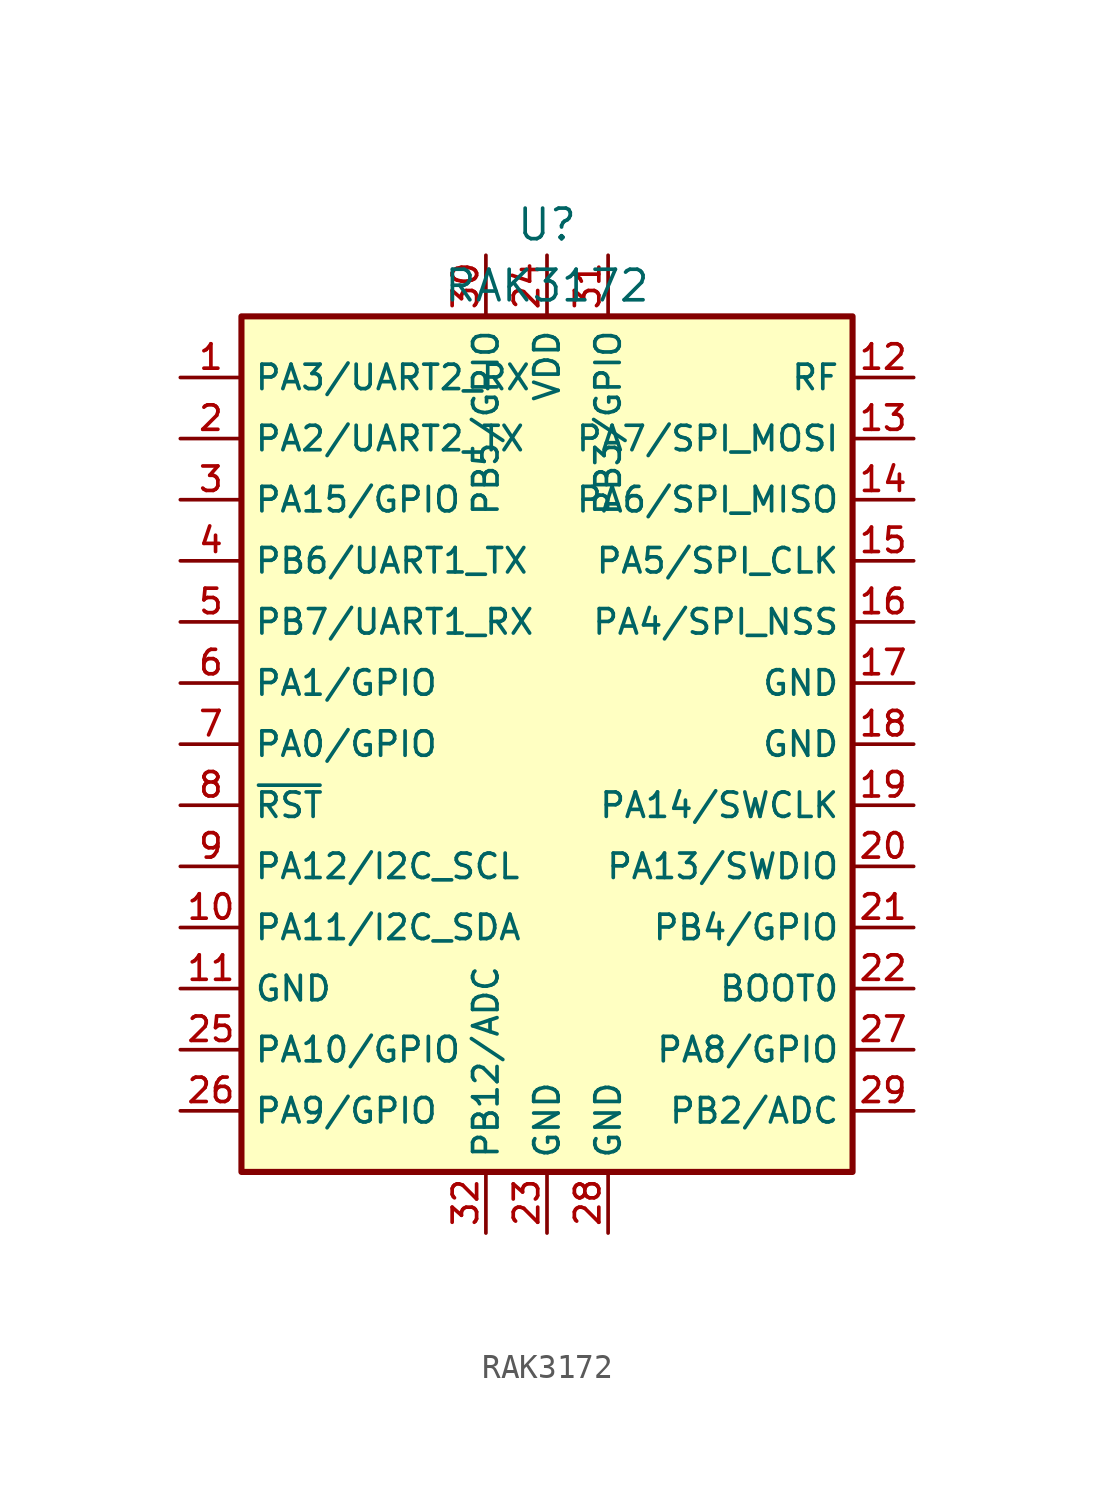
<source format=kicad_sym>
(kicad_symbol_lib
  (version 20231120)
  (generator "kicad_symbol_editor")
  (generator_version "8.0")
  (symbol "RAK3172"
    (property "Reference" "U"
      (at 0 21.59 0)
      (effects (font (size 1.27 1.27))))
    (property "Value" "RAK3172"
      (at 0 19.05 0)
      (effects (font (size 1.27 1.27))))
    (symbol "RAK3172_0_1"
      (rectangle (start -12.7 17.78) (end 12.7 -17.78) (stroke (width 0.254) (type default)) (fill (type background))))
    (symbol "RAK3172_1_1"
      (pin bidirectional line (at -15.24 15.24 0) (length 2.54) (name "PA3/UART2_RX" (effects (font (size 1.016 1.016)))) (number "1" (effects (font (size 1.016 1.016)))))
      (pin bidirectional line (at -15.24 12.7 0) (length 2.54) (name "PA2/UART2_TX" (effects (font (size 1.016 1.016)))) (number "2" (effects (font (size 1.016 1.016)))))
      (pin bidirectional line (at -15.24 10.16 0) (length 2.54) (name "PA15/GPIO" (effects (font (size 1.016 1.016)))) (number "3" (effects (font (size 1.016 1.016)))))
      (pin bidirectional line (at -15.24 7.62 0) (length 2.54) (name "PB6/UART1_TX" (effects (font (size 1.016 1.016)))) (number "4" (effects (font (size 1.016 1.016)))))
      (pin bidirectional line (at -15.24 5.08 0) (length 2.54) (name "PB7/UART1_RX" (effects (font (size 1.016 1.016)))) (number "5" (effects (font (size 1.016 1.016)))))
      (pin bidirectional line (at -15.24 2.54 0) (length 2.54) (name "PA1/GPIO" (effects (font (size 1.016 1.016)))) (number "6" (effects (font (size 1.016 1.016)))))
      (pin bidirectional line (at -15.24 0 0) (length 2.54) (name "PA0/GPIO" (effects (font (size 1.016 1.016)))) (number "7" (effects (font (size 1.016 1.016)))))
      (pin input line (at -15.24 -2.54 0) (length 2.54) (name "~{RST}" (effects (font (size 1.016 1.016)))) (number "8" (effects (font (size 1.016 1.016)))))
      (pin bidirectional line (at -15.24 -5.08 0) (length 2.54) (name "PA12/I2C_SCL" (effects (font (size 1.016 1.016)))) (number "9" (effects (font (size 1.016 1.016)))))
      (pin bidirectional line (at -15.24 -7.62 0) (length 2.54) (name "PA11/I2C_SDA" (effects (font (size 1.016 1.016)))) (number "10" (effects (font (size 1.016 1.016)))))
      (pin power_in line (at -15.24 -10.16 0) (length 2.54) (name "GND" (effects (font (size 1.016 1.016)))) (number "11" (effects (font (size 1.016 1.016)))))
      (pin passive line (at 15.24 15.24 180) (length 2.54) (name "RF" (effects (font (size 1.016 1.016)))) (number "12" (effects (font (size 1.016 1.016)))))
      (pin bidirectional line (at 15.24 12.7 180) (length 2.54) (name "PA7/SPI_MOSI" (effects (font (size 1.016 1.016)))) (number "13" (effects (font (size 1.016 1.016)))))
      (pin bidirectional line (at 15.24 10.16 180) (length 2.54) (name "PA6/SPI_MISO" (effects (font (size 1.016 1.016)))) (number "14" (effects (font (size 1.016 1.016)))))
      (pin bidirectional line (at 15.24 7.62 180) (length 2.54) (name "PA5/SPI_CLK" (effects (font (size 1.016 1.016)))) (number "15" (effects (font (size 1.016 1.016)))))
      (pin bidirectional line (at 15.24 5.08 180) (length 2.54) (name "PA4/SPI_NSS" (effects (font (size 1.016 1.016)))) (number "16" (effects (font (size 1.016 1.016)))))
      (pin power_in line (at 15.24 2.54 180) (length 2.54) (name "GND" (effects (font (size 1.016 1.016)))) (number "17" (effects (font (size 1.016 1.016)))))
      (pin power_in line (at 15.24 0 180) (length 2.54) (name "GND" (effects (font (size 1.016 1.016)))) (number "18" (effects (font (size 1.016 1.016)))))
      (pin bidirectional line (at 15.24 -2.54 180) (length 2.54) (name "PA14/SWCLK" (effects (font (size 1.016 1.016)))) (number "19" (effects (font (size 1.016 1.016)))))
      (pin bidirectional line (at 15.24 -5.08 180) (length 2.54) (name "PA13/SWDIO" (effects (font (size 1.016 1.016)))) (number "20" (effects (font (size 1.016 1.016)))))
      (pin bidirectional line (at 15.24 -7.62 180) (length 2.54) (name "PB4/GPIO" (effects (font (size 1.016 1.016)))) (number "21" (effects (font (size 1.016 1.016)))))
      (pin input line (at 15.24 -10.16 180) (length 2.54) (name "BOOT0" (effects (font (size 1.016 1.016)))) (number "22" (effects (font (size 1.016 1.016)))))
      (pin power_in line (at 0 -20.32 90) (length 2.54) (name "GND" (effects (font (size 1.016 1.016)))) (number "23" (effects (font (size 1.016 1.016)))))
      (pin power_in line (at 0 20.32 270) (length 2.54) (name "VDD" (effects (font (size 1.016 1.016)))) (number "24" (effects (font (size 1.016 1.016)))))
      (pin bidirectional line (at -15.24 -12.7 0) (length 2.54) (name "PA10/GPIO" (effects (font (size 1.016 1.016)))) (number "25" (effects (font (size 1.016 1.016)))))
      (pin bidirectional line (at -15.24 -15.24 0) (length 2.54) (name "PA9/GPIO" (effects (font (size 1.016 1.016)))) (number "26" (effects (font (size 1.016 1.016)))))
      (pin bidirectional line (at 15.24 -12.7 180) (length 2.54) (name "PA8/GPIO" (effects (font (size 1.016 1.016)))) (number "27" (effects (font (size 1.016 1.016)))))
      (pin power_in line (at 2.54 -20.32 90) (length 2.54) (name "GND" (effects (font (size 1.016 1.016)))) (number "28" (effects (font (size 1.016 1.016)))))
      (pin bidirectional line (at 15.24 -15.24 180) (length 2.54) (name "PB2/ADC" (effects (font (size 1.016 1.016)))) (number "29" (effects (font (size 1.016 1.016)))))
      (pin bidirectional line (at -2.54 20.32 270) (length 2.54) (name "PB5/GPIO" (effects (font (size 1.016 1.016)))) (number "30" (effects (font (size 1.016 1.016)))))
      (pin bidirectional line (at 2.54 20.32 270) (length 2.54) (name "PB3/GPIO" (effects (font (size 1.016 1.016)))) (number "31" (effects (font (size 1.016 1.016)))))
      (pin bidirectional line (at -2.54 -20.32 90) (length 2.54) (name "PB12/ADC" (effects (font (size 1.016 1.016)))) (number "32" (effects (font (size 1.016 1.016))))))))
</source>
